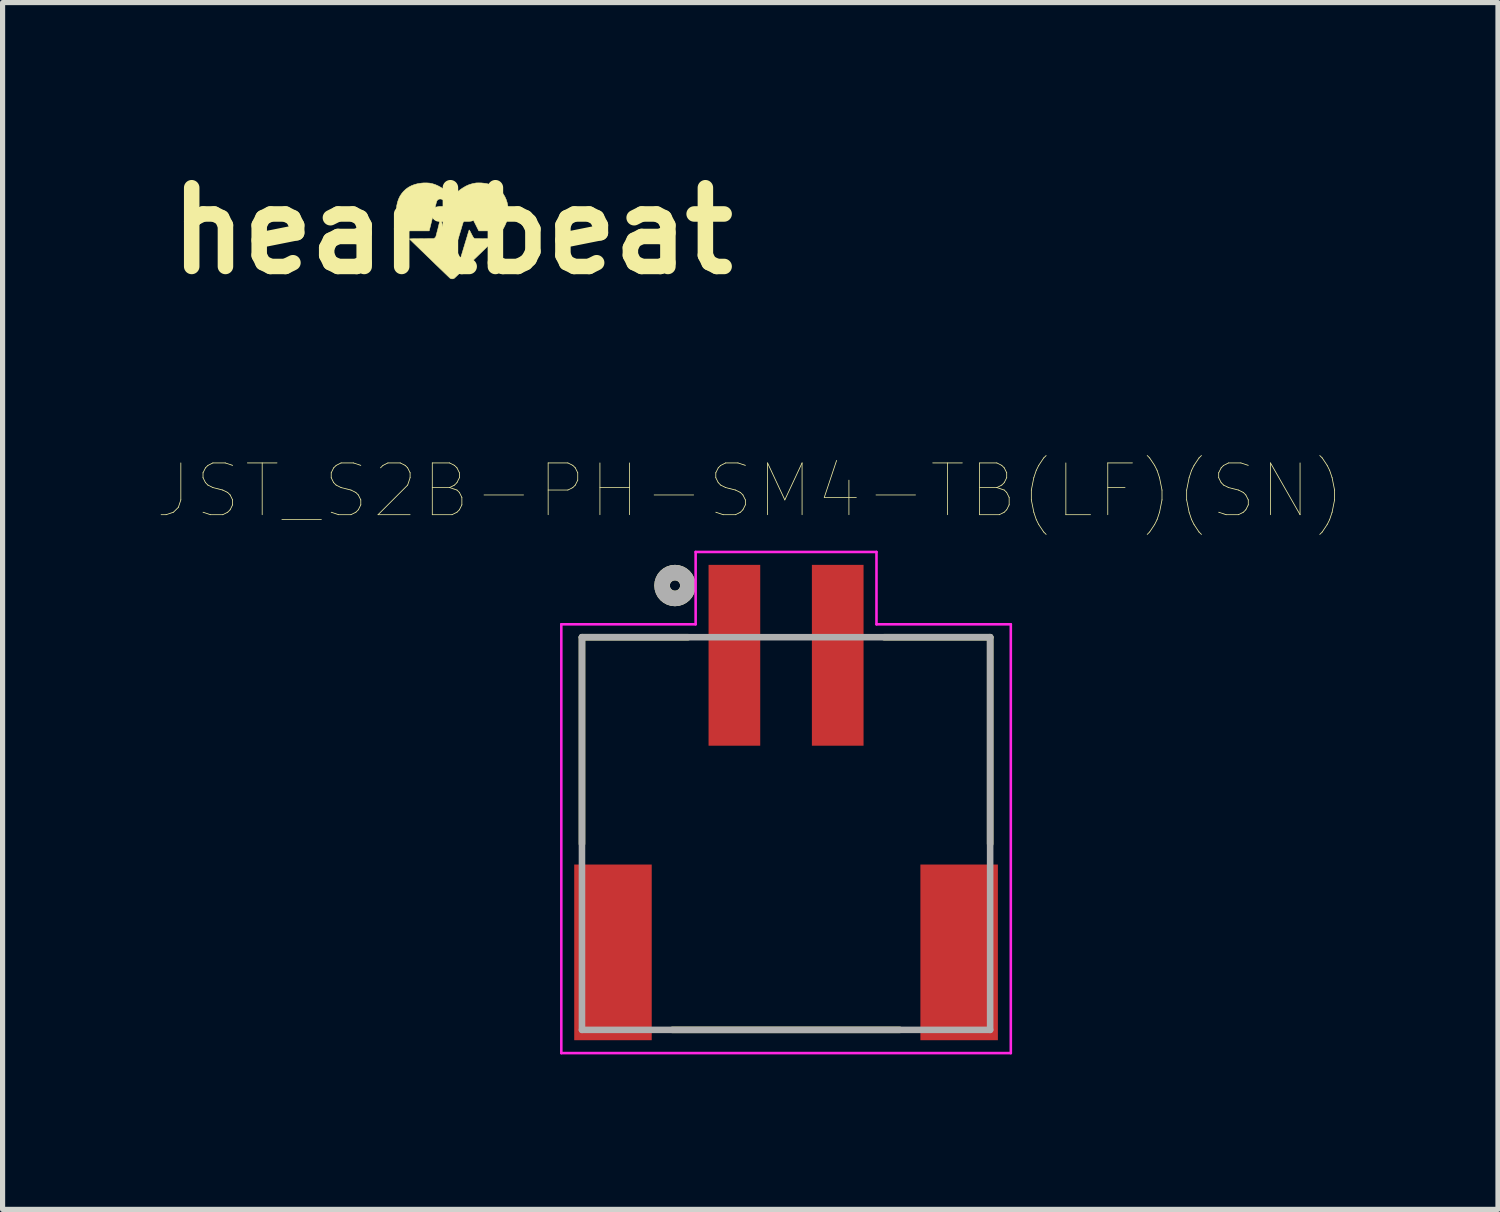
<source format=kicad_pcb>
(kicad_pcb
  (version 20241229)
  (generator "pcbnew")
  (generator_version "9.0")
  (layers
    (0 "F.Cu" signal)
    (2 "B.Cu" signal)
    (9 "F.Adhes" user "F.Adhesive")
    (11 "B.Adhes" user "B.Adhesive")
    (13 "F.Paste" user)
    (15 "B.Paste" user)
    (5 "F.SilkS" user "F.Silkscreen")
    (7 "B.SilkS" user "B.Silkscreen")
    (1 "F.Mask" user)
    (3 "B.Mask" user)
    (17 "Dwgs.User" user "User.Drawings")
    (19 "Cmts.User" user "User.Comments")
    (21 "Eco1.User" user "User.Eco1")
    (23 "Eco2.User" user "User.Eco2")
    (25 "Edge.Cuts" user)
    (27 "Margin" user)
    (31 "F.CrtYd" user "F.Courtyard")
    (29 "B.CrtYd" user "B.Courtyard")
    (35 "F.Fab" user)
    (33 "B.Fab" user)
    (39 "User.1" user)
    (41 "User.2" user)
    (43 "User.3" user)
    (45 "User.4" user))
  (footprint "JST_S2B-PH-SM4-TB(LF)(SN)"
    (layer "F.Cu")
    (at 12.164 9.633)
    (property "Reference" "JST_S2B-PH-SM4-TB(LF)(SN)" (at -0.692 -3.184 0) (layer "F.SilkS") (effects (font (size 1.002 1.002) (thickness 0.015))))
    (attr smd)
    (fp_line (start -3.95 -0.35) (end -3.95 3.65) (stroke (width 0.127) (type solid)) (layer "F.SilkS"))
    (fp_line (start -2.2 7.25) (end 2.2 7.25) (stroke (width 0.127) (type solid)) (layer "F.SilkS"))
    (fp_line (start -1.9 -0.35) (end -3.95 -0.35) (stroke (width 0.127) (type solid)) (layer "F.SilkS"))
    (fp_line (start 3.95 -0.35) (end 1.9 -0.35) (stroke (width 0.127) (type solid)) (layer "F.SilkS"))
    (fp_line (start 3.95 3.65) (end 3.95 -0.35) (stroke (width 0.127) (type solid)) (layer "F.SilkS"))
    (fp_circle (center -2.15 -1.35) (end -2.05 -1.35) (stroke (width 0.3) (type solid)) (fill no) (layer "F.SilkS"))
    (fp_line (start -4.35 -0.6) (end -1.75 -0.6) (stroke (width 0.05) (type solid)) (layer "F.CrtYd"))
    (fp_line (start -4.35 7.7) (end -4.35 -0.6) (stroke (width 0.05) (type solid)) (layer "F.CrtYd"))
    (fp_line (start -1.75 -2) (end 1.75 -2) (stroke (width 0.05) (type solid)) (layer "F.CrtYd"))
    (fp_line (start -1.75 -0.6) (end -1.75 -2) (stroke (width 0.05) (type solid)) (layer "F.CrtYd"))
    (fp_line (start 1.75 -2) (end 1.75 -0.6) (stroke (width 0.05) (type solid)) (layer "F.CrtYd"))
    (fp_line (start 1.75 -0.6) (end 4.35 -0.6) (stroke (width 0.05) (type solid)) (layer "F.CrtYd"))
    (fp_line (start 4.35 -0.6) (end 4.35 7.7) (stroke (width 0.05) (type solid)) (layer "F.CrtYd"))
    (fp_line (start 4.35 7.7) (end -4.35 7.7) (stroke (width 0.05) (type solid)) (layer "F.CrtYd"))
    (fp_line (start -3.95 -0.35) (end 3.95 -0.35) (stroke (width 0.127) (type solid)) (layer "F.Fab"))
    (fp_line (start -3.95 7.25) (end -3.95 -0.35) (stroke (width 0.127) (type solid)) (layer "F.Fab"))
    (fp_line (start 3.95 -0.35) (end 3.95 7.25) (stroke (width 0.127) (type solid)) (layer "F.Fab"))
    (fp_line (start 3.95 7.25) (end -3.95 7.25) (stroke (width 0.127) (type solid)) (layer "F.Fab"))
    (fp_circle (center -2.15 -1.35) (end -2.05 -1.35) (stroke (width 0.3) (type solid)) (fill no) (layer "F.Fab"))
    (pad "1" smd rect (at -1 0) (size 1 3.5) (layers "F.Cu" "F.Mask" "F.Paste"))
    (pad "2" smd rect (at 1 0) (size 1 3.5) (layers "F.Cu" "F.Mask" "F.Paste"))
    (pad "S1" smd rect (at -3.35 5.75) (size 1.5 3.4) (layers "F.Cu" "F.Mask" "F.Paste"))
    (pad "S2" smd rect (at 3.35 5.75) (size 1.5 3.4) (layers "F.Cu" "F.Mask" "F.Paste")))
  (footprint "heartbeat"
    (layer "F.Cu")
    (at 5.704 1.418)
    (property "Reference" "heartbeat" (at 0 0 0) (layer "F.SilkS") (effects (font (size 1.524 1.524) (thickness 0.3))))
    (attr through_hole)
    (fp_poly (pts (xy 0.527 -0.928) (xy 0.564 -0.927) (xy 0.602 -0.923) (xy 0.638 -0.919) (xy 0.664 -0.915) (xy 0.731 -0.897) (xy 0.792 -0.873) (xy 0.849 -0.842) (xy 0.9 -0.806) (xy 0.945 -0.764) (xy 0.984 -0.716) (xy 1.017 -0.663) (xy 1.043 -0.605) (xy 1.063 -0.543) (xy 1.076 -0.476) (xy 1.083 -0.405) (xy 1.082 -0.345) (xy 1.077 -0.288) (xy 1.067 -0.233) (xy 1.051 -0.179) (xy 1.029 -0.125) (xy 1.001 -0.068) (xy 0.981 -0.035) (xy 0.96 0) (xy 0.512 0) (xy 0.444 -0.137) (xy 0.428 -0.168) (xy 0.413 -0.198) (xy 0.399 -0.225) (xy 0.387 -0.248) (xy 0.377 -0.266) (xy 0.37 -0.278) (xy 0.367 -0.283) (xy 0.351 -0.296) (xy 0.331 -0.305) (xy 0.311 -0.309) (xy 0.31 -0.309) (xy 0.293 -0.306) (xy 0.274 -0.299) (xy 0.258 -0.288) (xy 0.249 -0.279) (xy 0.246 -0.273) (xy 0.242 -0.26) (xy 0.235 -0.24) (xy 0.226 -0.214) (xy 0.217 -0.183) (xy 0.205 -0.147) (xy 0.193 -0.108) (xy 0.18 -0.065) (xy 0.167 -0.02) (xy 0.162 -0.006) (xy 0.149 0.039) (xy 0.136 0.082) (xy 0.124 0.122) (xy 0.113 0.158) (xy 0.103 0.19) (xy 0.095 0.217) (xy 0.088 0.237) (xy 0.084 0.252) (xy 0.081 0.259) (xy 0.081 0.259) (xy 0.079 0.256) (xy 0.076 0.245) (xy 0.07 0.226) (xy 0.062 0.202) (xy 0.053 0.171) (xy 0.043 0.135) (xy 0.031 0.093) (xy 0.017 0.048) (xy 0.003 -0.002) (xy -0.012 -0.054) (xy -0.028 -0.11) (xy -0.04 -0.151) (xy -0.056 -0.209) (xy -0.072 -0.264) (xy -0.087 -0.317) (xy -0.102 -0.366) (xy -0.115 -0.412) (xy -0.127 -0.453) (xy -0.137 -0.489) (xy -0.146 -0.52) (xy -0.154 -0.544) (xy -0.159 -0.562) (xy -0.162 -0.573) (xy -0.163 -0.576) (xy -0.177 -0.595) (xy -0.195 -0.608) (xy -0.215 -0.615) (xy -0.237 -0.617) (xy -0.258 -0.613) (xy -0.278 -0.603) (xy -0.293 -0.587) (xy -0.301 -0.574) (xy -0.303 -0.567) (xy -0.307 -0.553) (xy -0.313 -0.531) (xy -0.32 -0.504) (xy -0.328 -0.471) (xy -0.338 -0.434) (xy -0.348 -0.393) (xy -0.36 -0.349) (xy -0.371 -0.302) (xy -0.377 -0.278) (xy -0.447 0) (xy -0.96 0) (xy -0.981 -0.035) (xy -1.014 -0.093) (xy -1.04 -0.149) (xy -1.059 -0.203) (xy -1.072 -0.257) (xy -1.08 -0.313) (xy -1.082 -0.345) (xy -1.082 -0.419) (xy -1.075 -0.488) (xy -1.06 -0.555) (xy -1.039 -0.616) (xy -1.011 -0.674) (xy -0.976 -0.726) (xy -0.942 -0.766) (xy -0.896 -0.809) (xy -0.845 -0.845) (xy -0.79 -0.874) (xy -0.73 -0.897) (xy -0.665 -0.914) (xy -0.594 -0.924) (xy -0.56 -0.927) (xy -0.499 -0.928) (xy -0.442 -0.924) (xy -0.386 -0.913) (xy -0.332 -0.896) (xy -0.277 -0.872) (xy -0.221 -0.842) (xy -0.163 -0.803) (xy -0.163 -0.803) (xy -0.108 -0.763) (xy -0.061 -0.724) (xy -0.029 -0.695) (xy 0 -0.667) (xy 0.029 -0.695) (xy 0.068 -0.73) (xy 0.113 -0.766) (xy 0.162 -0.803) (xy 0.204 -0.831) (xy 0.265 -0.867) (xy 0.328 -0.895) (xy 0.393 -0.914) (xy 0.457 -0.926) (xy 0.464 -0.927) (xy 0.492 -0.928) (xy 0.527 -0.928)) (stroke (width 0.01) (type solid)) (fill yes) (layer "F.SilkS"))
    (fp_poly (pts (xy -0.228 -0.232) (xy -0.224 -0.221) (xy -0.218 -0.202) (xy -0.209 -0.176) (xy -0.199 -0.141) (xy -0.186 -0.098) (xy -0.171 -0.047) (xy -0.154 0.013) (xy -0.135 0.08) (xy -0.113 0.156) (xy -0.11 0.165) (xy -0.092 0.23) (xy -0.074 0.291) (xy -0.058 0.348) (xy -0.043 0.399) (xy -0.029 0.445) (xy -0.018 0.486) (xy -0.007 0.52) (xy 0.001 0.547) (xy 0.008 0.567) (xy 0.012 0.58) (xy 0.014 0.585) (xy 0.029 0.601) (xy 0.049 0.612) (xy 0.072 0.617) (xy 0.094 0.616) (xy 0.104 0.614) (xy 0.117 0.606) (xy 0.131 0.595) (xy 0.141 0.584) (xy 0.144 0.58) (xy 0.146 0.575) (xy 0.15 0.562) (xy 0.156 0.543) (xy 0.164 0.517) (xy 0.173 0.486) (xy 0.184 0.451) (xy 0.196 0.411) (xy 0.209 0.368) (xy 0.223 0.321) (xy 0.235 0.283) (xy 0.249 0.235) (xy 0.263 0.19) (xy 0.276 0.147) (xy 0.288 0.108) (xy 0.298 0.073) (xy 0.307 0.043) (xy 0.315 0.018) (xy 0.321 0.000062) (xy 0.324 -0.011) (xy 0.325 -0.015) (xy 0.327 -0.017) (xy 0.33 -0.015) (xy 0.335 -0.008) (xy 0.342 0.004) (xy 0.351 0.021) (xy 0.363 0.045) (xy 0.368 0.054) (xy 0.382 0.082) (xy 0.394 0.104) (xy 0.403 0.12) (xy 0.411 0.131) (xy 0.417 0.138) (xy 0.42 0.14) (xy 0.434 0.15) (xy 0.632 0.151) (xy 0.672 0.152) (xy 0.709 0.152) (xy 0.743 0.153) (xy 0.772 0.153) (xy 0.797 0.154) (xy 0.815 0.155) (xy 0.826 0.156) (xy 0.83 0.156) (xy 0.827 0.16) (xy 0.818 0.169) (xy 0.804 0.183) (xy 0.785 0.201) (xy 0.762 0.224) (xy 0.735 0.25) (xy 0.705 0.28) (xy 0.671 0.312) (xy 0.635 0.347) (xy 0.597 0.384) (xy 0.557 0.423) (xy 0.515 0.463) (xy 0.473 0.504) (xy 0.43 0.545) (xy 0.388 0.585) (xy 0.346 0.626) (xy 0.304 0.665) (xy 0.265 0.704) (xy 0.227 0.74) (xy 0.191 0.774) (xy 0.158 0.806) (xy 0.127 0.834) (xy 0.101 0.859) (xy 0.078 0.881) (xy 0.06 0.898) (xy 0.047 0.91) (xy 0.039 0.917) (xy 0.037 0.919) (xy 0.014 0.928) (xy -0.009 0.929) (xy -0.023 0.925) (xy -0.034 0.921) (xy -0.04 0.919) (xy -0.041 0.919) (xy -0.044 0.916) (xy -0.053 0.907) (xy -0.067 0.894) (xy -0.086 0.876) (xy -0.109 0.854) (xy -0.136 0.828) (xy -0.167 0.798) (xy -0.2 0.766) (xy -0.237 0.731) (xy -0.275 0.694) (xy -0.315 0.656) (xy -0.356 0.616) (xy -0.398 0.575) (xy -0.44 0.534) (xy -0.483 0.493) (xy -0.524 0.453) (xy -0.565 0.413) (xy -0.605 0.375) (xy -0.643 0.338) (xy -0.678 0.304) (xy -0.711 0.272) (xy -0.741 0.243) (xy -0.767 0.218) (xy -0.789 0.196) (xy -0.807 0.179) (xy -0.82 0.166) (xy -0.827 0.159) (xy -0.829 0.157) (xy -0.825 0.156) (xy -0.813 0.155) (xy -0.793 0.154) (xy -0.766 0.153) (xy -0.732 0.153) (xy -0.691 0.152) (xy -0.644 0.152) (xy -0.594 0.151) (xy -0.357 0.15) (xy -0.341 0.138) (xy -0.33 0.128) (xy -0.321 0.116) (xy -0.319 0.113) (xy -0.317 0.106) (xy -0.313 0.092) (xy -0.307 0.071) (xy -0.301 0.045) (xy -0.293 0.015) (xy -0.284 -0.018) (xy -0.275 -0.054) (xy -0.273 -0.064) (xy -0.264 -0.1) (xy -0.256 -0.133) (xy -0.248 -0.164) (xy -0.241 -0.19) (xy -0.236 -0.211) (xy -0.232 -0.226) (xy -0.23 -0.233) (xy -0.229 -0.234) (xy -0.228 -0.232)) (stroke (width 0.01) (type solid)) (fill yes) (layer "F.SilkS")))
  (gr_rect
    (start -3 -3)
    (end 25.943 20.358)
    (stroke (width 0.1) (type default))
    (fill no)
    (layer "Edge.Cuts")))
</source>
